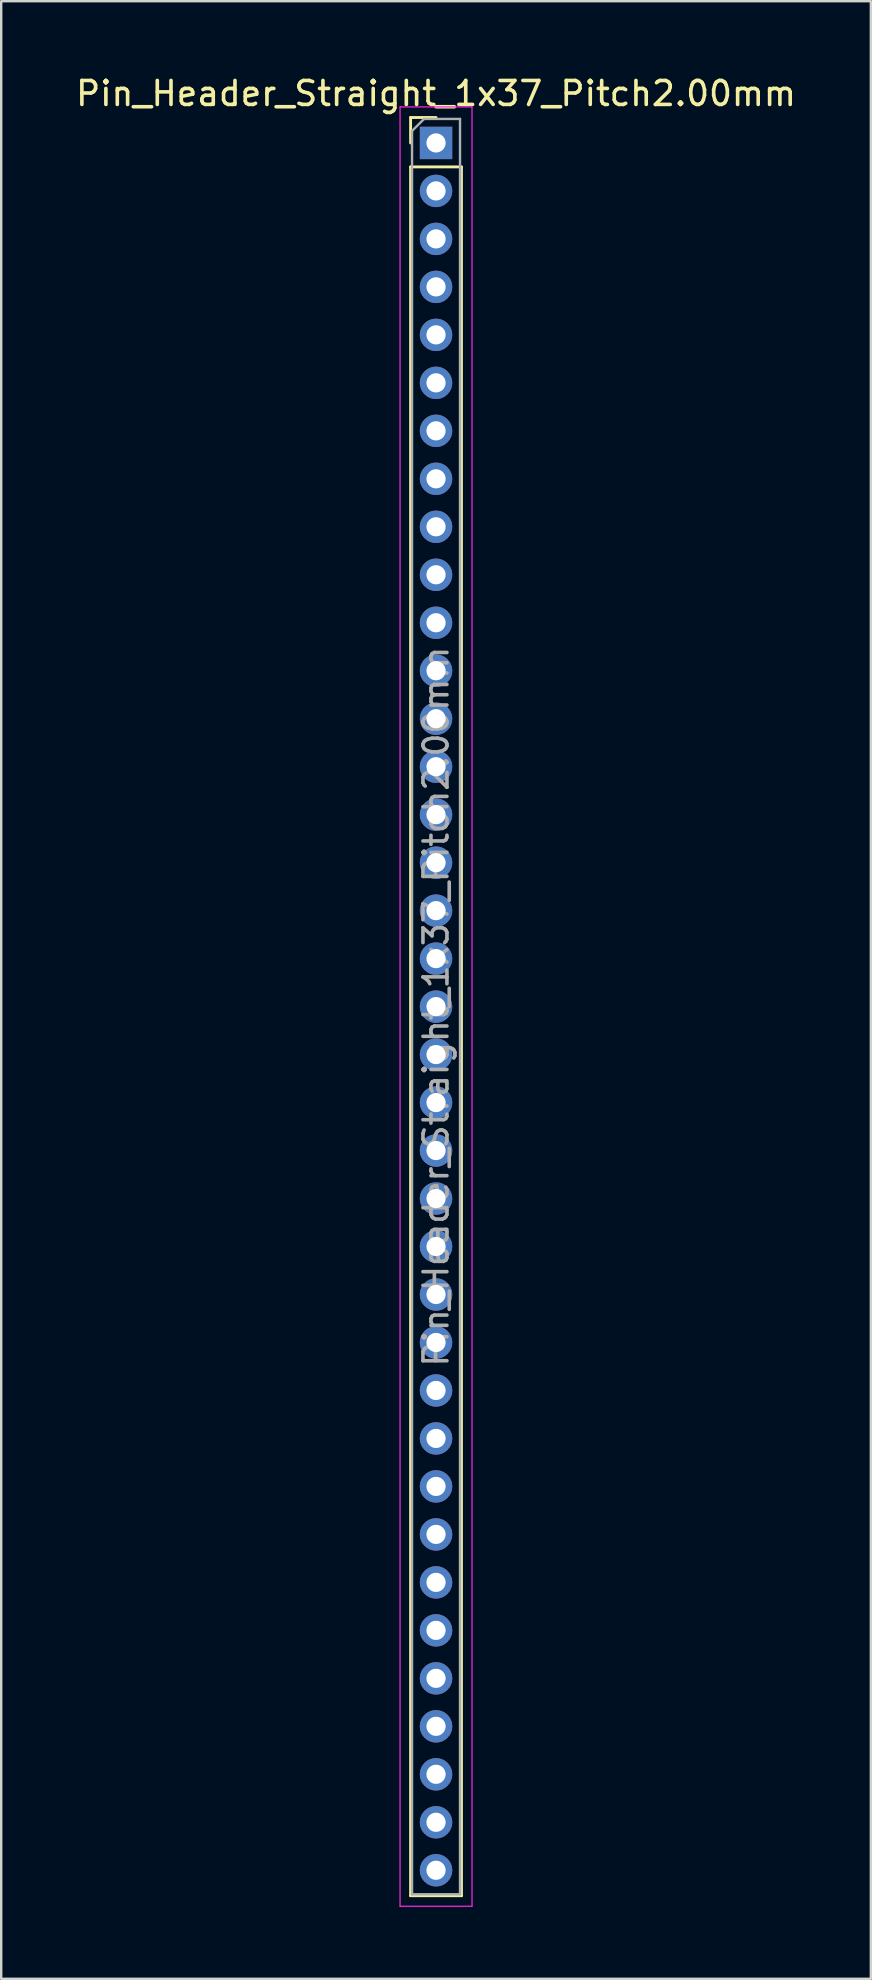
<source format=kicad_pcb>
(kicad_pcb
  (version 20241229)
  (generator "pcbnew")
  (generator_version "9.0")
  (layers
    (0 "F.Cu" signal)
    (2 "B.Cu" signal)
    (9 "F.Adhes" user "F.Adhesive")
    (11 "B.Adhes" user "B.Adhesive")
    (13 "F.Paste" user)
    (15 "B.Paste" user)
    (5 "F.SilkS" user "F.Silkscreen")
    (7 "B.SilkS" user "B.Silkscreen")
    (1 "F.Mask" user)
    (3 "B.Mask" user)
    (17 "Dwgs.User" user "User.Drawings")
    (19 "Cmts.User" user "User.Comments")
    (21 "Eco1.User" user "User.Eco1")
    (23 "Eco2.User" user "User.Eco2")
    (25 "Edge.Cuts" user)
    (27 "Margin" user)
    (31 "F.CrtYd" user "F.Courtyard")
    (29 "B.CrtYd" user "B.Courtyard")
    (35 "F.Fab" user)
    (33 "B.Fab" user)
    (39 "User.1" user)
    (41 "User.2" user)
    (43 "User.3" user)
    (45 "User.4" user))
  (footprint "Pin_Header_Straight_1x37_Pitch2.00mm"
    (layer "F.Cu")
    (at 15.125 2.908)
    (property "Reference" "Pin_Header_Straight_1x37_Pitch2.00mm" (at 0 -2.06 0) (layer "F.SilkS") (effects (font (size 1 1) (thickness 0.15))))
    (attr through_hole)
    (fp_line (start -1.06 -1.06) (end 0 -1.06) (stroke (width 0.12) (type solid)) (layer "F.SilkS"))
    (fp_line (start -1.06 0) (end -1.06 -1.06) (stroke (width 0.12) (type solid)) (layer "F.SilkS"))
    (fp_line (start -1.06 1) (end -1.06 73.06) (stroke (width 0.12) (type solid)) (layer "F.SilkS"))
    (fp_line (start -1.06 73.06) (end 1.06 73.06) (stroke (width 0.12) (type solid)) (layer "F.SilkS"))
    (fp_line (start 1.06 1) (end -1.06 1) (stroke (width 0.12) (type solid)) (layer "F.SilkS"))
    (fp_line (start 1.06 73.06) (end 1.06 1) (stroke (width 0.12) (type solid)) (layer "F.SilkS"))
    (fp_line (start -1.5 -1.5) (end -1.5 73.5) (stroke (width 0.05) (type solid)) (layer "F.CrtYd"))
    (fp_line (start -1.5 73.5) (end 1.5 73.5) (stroke (width 0.05) (type solid)) (layer "F.CrtYd"))
    (fp_line (start 1.5 -1.5) (end -1.5 -1.5) (stroke (width 0.05) (type solid)) (layer "F.CrtYd"))
    (fp_line (start 1.5 73.5) (end 1.5 -1.5) (stroke (width 0.05) (type solid)) (layer "F.CrtYd"))
    (fp_line (start -1 -0.5) (end -0.5 -1) (stroke (width 0.1) (type solid)) (layer "F.Fab"))
    (fp_line (start -1 73) (end -1 -0.5) (stroke (width 0.1) (type solid)) (layer "F.Fab"))
    (fp_line (start -0.5 -1) (end 1 -1) (stroke (width 0.1) (type solid)) (layer "F.Fab"))
    (fp_line (start 1 -1) (end 1 73) (stroke (width 0.1) (type solid)) (layer "F.Fab"))
    (fp_line (start 1 73) (end -1 73) (stroke (width 0.1) (type solid)) (layer "F.Fab"))
    (fp_text user "${REFERENCE}" (at 0 36 90) (layer "F.Fab") (effects (font (size 1 1) (thickness 0.15))))
    (pad "1" thru_hole rect (at 0 0) (size 1.35 1.35) (drill 0.8) (layers "*.Cu" "*.Mask"))
    (pad "2" thru_hole oval (at 0 2) (size 1.35 1.35) (drill 0.8) (layers "*.Cu" "*.Mask"))
    (pad "3" thru_hole oval (at 0 4) (size 1.35 1.35) (drill 0.8) (layers "*.Cu" "*.Mask"))
    (pad "4" thru_hole oval (at 0 6) (size 1.35 1.35) (drill 0.8) (layers "*.Cu" "*.Mask"))
    (pad "5" thru_hole oval (at 0 8) (size 1.35 1.35) (drill 0.8) (layers "*.Cu" "*.Mask"))
    (pad "6" thru_hole oval (at 0 10) (size 1.35 1.35) (drill 0.8) (layers "*.Cu" "*.Mask"))
    (pad "7" thru_hole oval (at 0 12) (size 1.35 1.35) (drill 0.8) (layers "*.Cu" "*.Mask"))
    (pad "8" thru_hole oval (at 0 14) (size 1.35 1.35) (drill 0.8) (layers "*.Cu" "*.Mask"))
    (pad "9" thru_hole oval (at 0 16) (size 1.35 1.35) (drill 0.8) (layers "*.Cu" "*.Mask"))
    (pad "10" thru_hole oval (at 0 18) (size 1.35 1.35) (drill 0.8) (layers "*.Cu" "*.Mask"))
    (pad "11" thru_hole oval (at 0 20) (size 1.35 1.35) (drill 0.8) (layers "*.Cu" "*.Mask"))
    (pad "12" thru_hole oval (at 0 22) (size 1.35 1.35) (drill 0.8) (layers "*.Cu" "*.Mask"))
    (pad "13" thru_hole oval (at 0 24) (size 1.35 1.35) (drill 0.8) (layers "*.Cu" "*.Mask"))
    (pad "14" thru_hole oval (at 0 26) (size 1.35 1.35) (drill 0.8) (layers "*.Cu" "*.Mask"))
    (pad "15" thru_hole oval (at 0 28) (size 1.35 1.35) (drill 0.8) (layers "*.Cu" "*.Mask"))
    (pad "16" thru_hole oval (at 0 30) (size 1.35 1.35) (drill 0.8) (layers "*.Cu" "*.Mask"))
    (pad "17" thru_hole oval (at 0 32) (size 1.35 1.35) (drill 0.8) (layers "*.Cu" "*.Mask"))
    (pad "18" thru_hole oval (at 0 34) (size 1.35 1.35) (drill 0.8) (layers "*.Cu" "*.Mask"))
    (pad "19" thru_hole oval (at 0 36) (size 1.35 1.35) (drill 0.8) (layers "*.Cu" "*.Mask"))
    (pad "20" thru_hole oval (at 0 38) (size 1.35 1.35) (drill 0.8) (layers "*.Cu" "*.Mask"))
    (pad "21" thru_hole oval (at 0 40) (size 1.35 1.35) (drill 0.8) (layers "*.Cu" "*.Mask"))
    (pad "22" thru_hole oval (at 0 42) (size 1.35 1.35) (drill 0.8) (layers "*.Cu" "*.Mask"))
    (pad "23" thru_hole oval (at 0 44) (size 1.35 1.35) (drill 0.8) (layers "*.Cu" "*.Mask"))
    (pad "24" thru_hole oval (at 0 46) (size 1.35 1.35) (drill 0.8) (layers "*.Cu" "*.Mask"))
    (pad "25" thru_hole oval (at 0 48) (size 1.35 1.35) (drill 0.8) (layers "*.Cu" "*.Mask"))
    (pad "26" thru_hole oval (at 0 50) (size 1.35 1.35) (drill 0.8) (layers "*.Cu" "*.Mask"))
    (pad "27" thru_hole oval (at 0 52) (size 1.35 1.35) (drill 0.8) (layers "*.Cu" "*.Mask"))
    (pad "28" thru_hole oval (at 0 54) (size 1.35 1.35) (drill 0.8) (layers "*.Cu" "*.Mask"))
    (pad "29" thru_hole oval (at 0 56) (size 1.35 1.35) (drill 0.8) (layers "*.Cu" "*.Mask"))
    (pad "30" thru_hole oval (at 0 58) (size 1.35 1.35) (drill 0.8) (layers "*.Cu" "*.Mask"))
    (pad "31" thru_hole oval (at 0 60) (size 1.35 1.35) (drill 0.8) (layers "*.Cu" "*.Mask"))
    (pad "32" thru_hole oval (at 0 62) (size 1.35 1.35) (drill 0.8) (layers "*.Cu" "*.Mask"))
    (pad "33" thru_hole oval (at 0 64) (size 1.35 1.35) (drill 0.8) (layers "*.Cu" "*.Mask"))
    (pad "34" thru_hole oval (at 0 66) (size 1.35 1.35) (drill 0.8) (layers "*.Cu" "*.Mask"))
    (pad "35" thru_hole oval (at 0 68) (size 1.35 1.35) (drill 0.8) (layers "*.Cu" "*.Mask"))
    (pad "36" thru_hole oval (at 0 70) (size 1.35 1.35) (drill 0.8) (layers "*.Cu" "*.Mask"))
    (pad "37" thru_hole oval (at 0 72) (size 1.35 1.35) (drill 0.8) (layers "*.Cu" "*.Mask")))
  (gr_rect
    (start -3 -3)
    (end 33.25 79.433)
    (stroke (width 0.1) (type default))
    (fill no)
    (layer "Edge.Cuts")))
</source>
